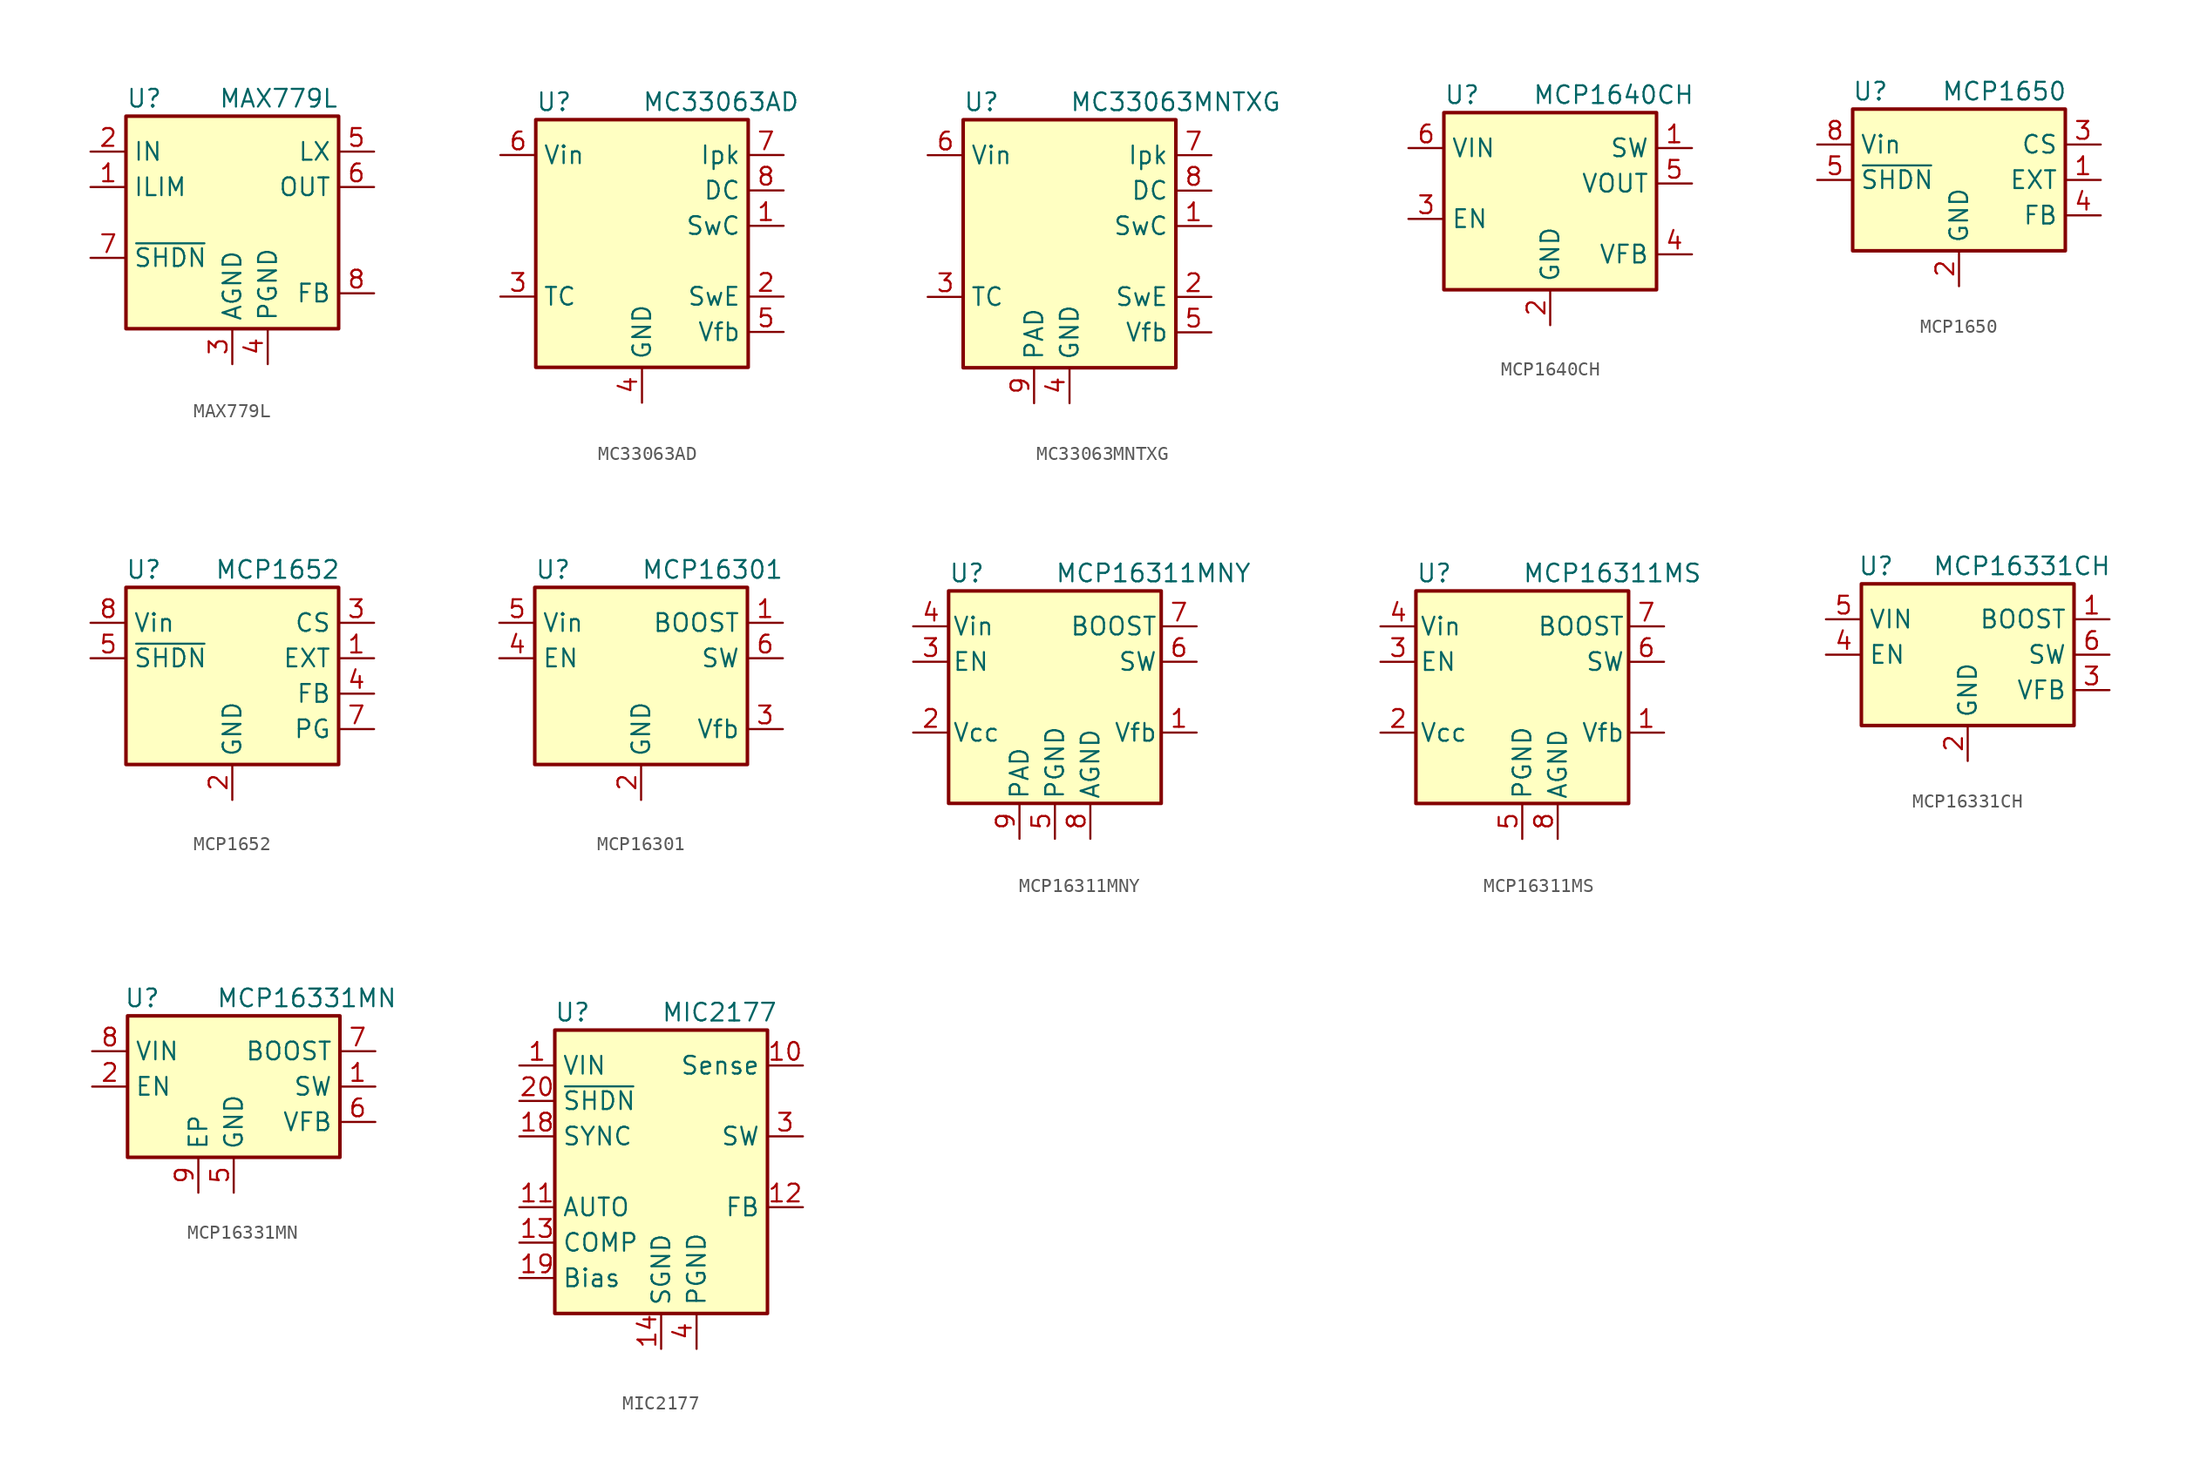
<source format=kicad_sym>
(kicad_symbol_lib
  (version 20201005)
  (generator kicad_symbol_editor)
  (symbol "MAX779L"
    (property "Reference" "U"
      (at -7.62 8.89 0)
      (effects (font (size 1.27 1.27)) (justify left)))
    (property "Value" "MAX779L"
      (at 7.62 8.89 0)
      (effects (font (size 1.27 1.27)) (justify right)))
    (symbol "MAX779L_0_1"
      (rectangle (start -7.62 7.62) (end 7.62 -7.62) (stroke (width 0.254)) (fill (type background))))
    (symbol "MAX779L_1_1"
      (pin input line (at -10.16 2.54 0) (length 2.54) (name "ILIM" (effects (font (size 1.27 1.27)))) (number "1" (effects (font (size 1.27 1.27)))))
      (pin power_in line (at -10.16 5.08 0) (length 2.54) (name "IN" (effects (font (size 1.27 1.27)))) (number "2" (effects (font (size 1.27 1.27)))))
      (pin power_in line (at 0 -10.16 90) (length 2.54) (name "AGND" (effects (font (size 1.27 1.27)))) (number "3" (effects (font (size 1.27 1.27)))))
      (pin power_in line (at 2.54 -10.16 90) (length 2.54) (name "PGND" (effects (font (size 1.27 1.27)))) (number "4" (effects (font (size 1.27 1.27)))))
      (pin passive line (at 10.16 5.08 180) (length 2.54) (name "LX" (effects (font (size 1.27 1.27)))) (number "5" (effects (font (size 1.27 1.27)))))
      (pin power_out line (at 10.16 2.54 180) (length 2.54) (name "OUT" (effects (font (size 1.27 1.27)))) (number "6" (effects (font (size 1.27 1.27)))))
      (pin input line (at -10.16 -2.54 0) (length 2.54) (name "~SHDN" (effects (font (size 1.27 1.27)))) (number "7" (effects (font (size 1.27 1.27)))))
      (pin input line (at 10.16 -5.08 180) (length 2.54) (name "FB" (effects (font (size 1.27 1.27)))) (number "8" (effects (font (size 1.27 1.27)))))))
  (symbol "MC33063AD"
    (property "Reference" "U"
      (at -7.62 8.89 0)
      (effects (font (size 1.27 1.27)) (justify left)))
    (property "Value" "MC33063AD"
      (at 0 8.89 0)
      (effects (font (size 1.27 1.27)) (justify left)))
    (symbol "MC33063AD_0_1"
      (rectangle (start -7.62 7.62) (end 7.62 -10.16) (stroke (width 0.254)) (fill (type background))))
    (symbol "MC33063AD_1_1"
      (pin open_collector line (at 10.16 0 180) (length 2.54) (name "SwC" (effects (font (size 1.27 1.27)))) (number "1" (effects (font (size 1.27 1.27)))))
      (pin open_emitter line (at 10.16 -5.08 180) (length 2.54) (name "SwE" (effects (font (size 1.27 1.27)))) (number "2" (effects (font (size 1.27 1.27)))))
      (pin passive line (at -10.16 -5.08 0) (length 2.54) (name "TC" (effects (font (size 1.27 1.27)))) (number "3" (effects (font (size 1.27 1.27)))))
      (pin power_in line (at 0 -12.7 90) (length 2.54) (name "GND" (effects (font (size 1.27 1.27)))) (number "4" (effects (font (size 1.27 1.27)))))
      (pin input line (at 10.16 -7.62 180) (length 2.54) (name "Vfb" (effects (font (size 1.27 1.27)))) (number "5" (effects (font (size 1.27 1.27)))))
      (pin power_in line (at -10.16 5.08 0) (length 2.54) (name "Vin" (effects (font (size 1.27 1.27)))) (number "6" (effects (font (size 1.27 1.27)))))
      (pin input line (at 10.16 5.08 180) (length 2.54) (name "Ipk" (effects (font (size 1.27 1.27)))) (number "7" (effects (font (size 1.27 1.27)))))
      (pin open_collector line (at 10.16 2.54 180) (length 2.54) (name "DC" (effects (font (size 1.27 1.27)))) (number "8" (effects (font (size 1.27 1.27)))))))
  (symbol "MC33063MNTXG"
    (property "Reference" "U"
      (at -7.62 8.89 0)
      (effects (font (size 1.27 1.27)) (justify left)))
    (property "Value" "MC33063MNTXG"
      (at 0 8.89 0)
      (effects (font (size 1.27 1.27)) (justify left)))
    (symbol "MC33063MNTXG_0_1"
      (rectangle (start -7.62 7.62) (end 7.62 -10.16) (stroke (width 0.254)) (fill (type background))))
    (symbol "MC33063MNTXG_1_1"
      (pin open_collector line (at 10.16 0 180) (length 2.54) (name "SwC" (effects (font (size 1.27 1.27)))) (number "1" (effects (font (size 1.27 1.27)))))
      (pin open_emitter line (at 10.16 -5.08 180) (length 2.54) (name "SwE" (effects (font (size 1.27 1.27)))) (number "2" (effects (font (size 1.27 1.27)))))
      (pin passive line (at -10.16 -5.08 0) (length 2.54) (name "TC" (effects (font (size 1.27 1.27)))) (number "3" (effects (font (size 1.27 1.27)))))
      (pin power_in line (at 0 -12.7 90) (length 2.54) (name "GND" (effects (font (size 1.27 1.27)))) (number "4" (effects (font (size 1.27 1.27)))))
      (pin input line (at 10.16 -7.62 180) (length 2.54) (name "Vfb" (effects (font (size 1.27 1.27)))) (number "5" (effects (font (size 1.27 1.27)))))
      (pin power_in line (at -10.16 5.08 0) (length 2.54) (name "Vin" (effects (font (size 1.27 1.27)))) (number "6" (effects (font (size 1.27 1.27)))))
      (pin input line (at 10.16 5.08 180) (length 2.54) (name "Ipk" (effects (font (size 1.27 1.27)))) (number "7" (effects (font (size 1.27 1.27)))))
      (pin open_collector line (at 10.16 2.54 180) (length 2.54) (name "DC" (effects (font (size 1.27 1.27)))) (number "8" (effects (font (size 1.27 1.27)))))
      (pin passive line (at -2.54 -12.7 90) (length 2.54) (name "PAD" (effects (font (size 1.27 1.27)))) (number "9" (effects (font (size 1.27 1.27)))))))
  (symbol "MCP1640CH"
    (property "Reference" "U"
      (at -7.62 8.89 0)
      (effects (font (size 1.27 1.27)) (justify left)))
    (property "Value" "MCP1640CH"
      (at -1.27 8.89 0)
      (effects (font (size 1.27 1.27)) (justify left)))
    (symbol "MCP1640CH_0_1"
      (rectangle (start -7.62 7.62) (end 7.62 -5.08) (stroke (width 0.254)) (fill (type background))))
    (symbol "MCP1640CH_1_1"
      (pin input line (at 10.16 5.08 180) (length 2.54) (name "SW" (effects (font (size 1.27 1.27)))) (number "1" (effects (font (size 1.27 1.27)))))
      (pin power_in line (at 0 -7.62 90) (length 2.54) (name "GND" (effects (font (size 1.27 1.27)))) (number "2" (effects (font (size 1.27 1.27)))))
      (pin input line (at -10.16 0 0) (length 2.54) (name "EN" (effects (font (size 1.27 1.27)))) (number "3" (effects (font (size 1.27 1.27)))))
      (pin input line (at 10.16 -2.54 180) (length 2.54) (name "VFB" (effects (font (size 1.27 1.27)))) (number "4" (effects (font (size 1.27 1.27)))))
      (pin power_out line (at 10.16 2.54 180) (length 2.54) (name "VOUT" (effects (font (size 1.27 1.27)))) (number "5" (effects (font (size 1.27 1.27)))))
      (pin power_in line (at -10.16 5.08 0) (length 2.54) (name "VIN" (effects (font (size 1.27 1.27)))) (number "6" (effects (font (size 1.27 1.27)))))))
  (symbol "MCP1650"
    (property "Reference" "U"
      (at -6.35 6.35 0)
      (effects (font (size 1.27 1.27))))
    (property "Value" "MCP1650"
      (at -1.27 6.35 0)
      (effects (font (size 1.27 1.27)) (justify left)))
    (symbol "MCP1650_0_1"
      (rectangle (start -7.62 5.08) (end 7.62 -5.08) (stroke (width 0.254)) (fill (type background))))
    (symbol "MCP1650_1_1"
      (pin open_emitter line (at 10.16 0 180) (length 2.54) (name "EXT" (effects (font (size 1.27 1.27)))) (number "1" (effects (font (size 1.27 1.27)))))
      (pin power_in line (at 0 -7.62 90) (length 2.54) (name "GND" (effects (font (size 1.27 1.27)))) (number "2" (effects (font (size 1.27 1.27)))))
      (pin input line (at 10.16 2.54 180) (length 2.54) (name "CS" (effects (font (size 1.27 1.27)))) (number "3" (effects (font (size 1.27 1.27)))))
      (pin input line (at 10.16 -2.54 180) (length 2.54) (name "FB" (effects (font (size 1.27 1.27)))) (number "4" (effects (font (size 1.27 1.27)))))
      (pin input line (at -10.16 0 0) (length 2.54) (name "~SHDN" (effects (font (size 1.27 1.27)))) (number "5" (effects (font (size 1.27 1.27)))))
      (pin no_connect line (at -2.54 -5.08 90) (length 2.54) hide (name "NC" (effects (font (size 1.27 1.27)))) (number "6" (effects (font (size 1.27 1.27)))))
      (pin no_connect line (at -7.62 -2.54 0) (length 2.54) hide (name "NC" (effects (font (size 1.27 1.27)))) (number "7" (effects (font (size 1.27 1.27)))))
      (pin power_in line (at -10.16 2.54 0) (length 2.54) (name "Vin" (effects (font (size 1.27 1.27)))) (number "8" (effects (font (size 1.27 1.27)))))))
  (symbol "MCP1652"
    (property "Reference" "U"
      (at -6.35 6.35 0)
      (effects (font (size 1.27 1.27))))
    (property "Value" "MCP1652"
      (at -1.27 6.35 0)
      (effects (font (size 1.27 1.27)) (justify left)))
    (symbol "MCP1652_0_1"
      (rectangle (start -7.62 5.08) (end 7.62 -7.62) (stroke (width 0.254)) (fill (type background))))
    (symbol "MCP1652_1_1"
      (pin open_emitter line (at 10.16 0 180) (length 2.54) (name "EXT" (effects (font (size 1.27 1.27)))) (number "1" (effects (font (size 1.27 1.27)))))
      (pin power_in line (at 0 -10.16 90) (length 2.54) (name "GND" (effects (font (size 1.27 1.27)))) (number "2" (effects (font (size 1.27 1.27)))))
      (pin input line (at 10.16 2.54 180) (length 2.54) (name "CS" (effects (font (size 1.27 1.27)))) (number "3" (effects (font (size 1.27 1.27)))))
      (pin input line (at 10.16 -2.54 180) (length 2.54) (name "FB" (effects (font (size 1.27 1.27)))) (number "4" (effects (font (size 1.27 1.27)))))
      (pin input line (at -10.16 0 0) (length 2.54) (name "~SHDN" (effects (font (size 1.27 1.27)))) (number "5" (effects (font (size 1.27 1.27)))))
      (pin no_connect line (at -2.54 -7.62 90) (length 2.54) hide (name "NC" (effects (font (size 1.27 1.27)))) (number "6" (effects (font (size 1.27 1.27)))))
      (pin output line (at 10.16 -5.08 180) (length 2.54) (name "PG" (effects (font (size 1.27 1.27)))) (number "7" (effects (font (size 1.27 1.27)))))
      (pin power_in line (at -10.16 2.54 0) (length 2.54) (name "Vin" (effects (font (size 1.27 1.27)))) (number "8" (effects (font (size 1.27 1.27)))))))
  (symbol "MCP16301"
    (property "Reference" "U"
      (at -7.62 6.35 0)
      (effects (font (size 1.27 1.27)) (justify left)))
    (property "Value" "MCP16301"
      (at 0 6.35 0)
      (effects (font (size 1.27 1.27)) (justify left)))
    (symbol "MCP16301_0_1"
      (rectangle (start -7.62 5.08) (end 7.62 -7.62) (stroke (width 0.254)) (fill (type background))))
    (symbol "MCP16301_1_1"
      (pin output line (at 10.16 2.54 180) (length 2.54) (name "BOOST" (effects (font (size 1.27 1.27)))) (number "1" (effects (font (size 1.27 1.27)))))
      (pin power_in line (at 0 -10.16 90) (length 2.54) (name "GND" (effects (font (size 1.27 1.27)))) (number "2" (effects (font (size 1.27 1.27)))))
      (pin input line (at 10.16 -5.08 180) (length 2.54) (name "Vfb" (effects (font (size 1.27 1.27)))) (number "3" (effects (font (size 1.27 1.27)))))
      (pin input line (at -10.16 0 0) (length 2.54) (name "EN" (effects (font (size 1.27 1.27)))) (number "4" (effects (font (size 1.27 1.27)))))
      (pin power_in line (at -10.16 2.54 0) (length 2.54) (name "Vin" (effects (font (size 1.27 1.27)))) (number "5" (effects (font (size 1.27 1.27)))))
      (pin output line (at 10.16 0 180) (length 2.54) (name "SW" (effects (font (size 1.27 1.27)))) (number "6" (effects (font (size 1.27 1.27)))))))
  (symbol "MCP16311MNY"
    (pin_names
      (offset 0.254))
    (property "Reference" "U"
      (at -7.62 11.43 0)
      (effects (font (size 1.27 1.27)) (justify left)))
    (property "Value" "MCP16311MNY"
      (at 0 11.43 0)
      (effects (font (size 1.27 1.27)) (justify left)))
    (symbol "MCP16311MNY_0_1"
      (rectangle (start -7.62 10.16) (end 7.62 -5.08) (stroke (width 0.254)) (fill (type background))))
    (symbol "MCP16311MNY_1_1"
      (pin input line (at 10.16 0 180) (length 2.54) (name "Vfb" (effects (font (size 1.27 1.27)))) (number "1" (effects (font (size 1.27 1.27)))))
      (pin power_out line (at -10.16 0 0) (length 2.54) (name "Vcc" (effects (font (size 1.27 1.27)))) (number "2" (effects (font (size 1.27 1.27)))))
      (pin input line (at -10.16 5.08 0) (length 2.54) (name "EN" (effects (font (size 1.27 1.27)))) (number "3" (effects (font (size 1.27 1.27)))))
      (pin power_in line (at -10.16 7.62 0) (length 2.54) (name "Vin" (effects (font (size 1.27 1.27)))) (number "4" (effects (font (size 1.27 1.27)))))
      (pin power_in line (at 0 -7.62 90) (length 2.54) (name "PGND" (effects (font (size 1.27 1.27)))) (number "5" (effects (font (size 1.27 1.27)))))
      (pin power_out line (at 10.16 5.08 180) (length 2.54) (name "SW" (effects (font (size 1.27 1.27)))) (number "6" (effects (font (size 1.27 1.27)))))
      (pin output line (at 10.16 7.62 180) (length 2.54) (name "BOOST" (effects (font (size 1.27 1.27)))) (number "7" (effects (font (size 1.27 1.27)))))
      (pin power_in line (at 2.54 -7.62 90) (length 2.54) (name "AGND" (effects (font (size 1.27 1.27)))) (number "8" (effects (font (size 1.27 1.27)))))
      (pin power_in line (at -2.54 -7.62 90) (length 2.54) (name "PAD" (effects (font (size 1.27 1.27)))) (number "9" (effects (font (size 1.27 1.27)))))))
  (symbol "MCP16311MS"
    (pin_names
      (offset 0.254))
    (property "Reference" "U"
      (at -7.62 11.43 0)
      (effects (font (size 1.27 1.27)) (justify left)))
    (property "Value" "MCP16311MS"
      (at 0 11.43 0)
      (effects (font (size 1.27 1.27)) (justify left)))
    (symbol "MCP16311MS_0_1"
      (rectangle (start -7.62 10.16) (end 7.62 -5.08) (stroke (width 0.254)) (fill (type background))))
    (symbol "MCP16311MS_1_1"
      (pin input line (at 10.16 0 180) (length 2.54) (name "Vfb" (effects (font (size 1.27 1.27)))) (number "1" (effects (font (size 1.27 1.27)))))
      (pin power_out line (at -10.16 0 0) (length 2.54) (name "Vcc" (effects (font (size 1.27 1.27)))) (number "2" (effects (font (size 1.27 1.27)))))
      (pin input line (at -10.16 5.08 0) (length 2.54) (name "EN" (effects (font (size 1.27 1.27)))) (number "3" (effects (font (size 1.27 1.27)))))
      (pin power_in line (at -10.16 7.62 0) (length 2.54) (name "Vin" (effects (font (size 1.27 1.27)))) (number "4" (effects (font (size 1.27 1.27)))))
      (pin power_in line (at 0 -7.62 90) (length 2.54) (name "PGND" (effects (font (size 1.27 1.27)))) (number "5" (effects (font (size 1.27 1.27)))))
      (pin output line (at 10.16 5.08 180) (length 2.54) (name "SW" (effects (font (size 1.27 1.27)))) (number "6" (effects (font (size 1.27 1.27)))))
      (pin output line (at 10.16 7.62 180) (length 2.54) (name "BOOST" (effects (font (size 1.27 1.27)))) (number "7" (effects (font (size 1.27 1.27)))))
      (pin power_in line (at 2.54 -7.62 90) (length 2.54) (name "AGND" (effects (font (size 1.27 1.27)))) (number "8" (effects (font (size 1.27 1.27)))))))
  (symbol "MCP16331CH"
    (property "Reference" "U"
      (at -7.874 6.35 0)
      (effects (font (size 1.27 1.27)) (justify left)))
    (property "Value" "MCP16331CH"
      (at -2.54 6.35 0)
      (effects (font (size 1.27 1.27)) (justify left)))
    (symbol "MCP16331CH_0_1"
      (rectangle (start -7.62 5.08) (end 7.62 -5.08) (stroke (width 0.254)) (fill (type background))))
    (symbol "MCP16331CH_1_1"
      (pin input line (at 10.16 2.54 180) (length 2.54) (name "BOOST" (effects (font (size 1.27 1.27)))) (number "1" (effects (font (size 1.27 1.27)))))
      (pin power_in line (at 0 -7.62 90) (length 2.54) (name "GND" (effects (font (size 1.27 1.27)))) (number "2" (effects (font (size 1.27 1.27)))))
      (pin input line (at 10.16 -2.54 180) (length 2.54) (name "VFB" (effects (font (size 1.27 1.27)))) (number "3" (effects (font (size 1.27 1.27)))))
      (pin input line (at -10.16 0 0) (length 2.54) (name "EN" (effects (font (size 1.27 1.27)))) (number "4" (effects (font (size 1.27 1.27)))))
      (pin power_in line (at -10.16 2.54 0) (length 2.54) (name "VIN" (effects (font (size 1.27 1.27)))) (number "5" (effects (font (size 1.27 1.27)))))
      (pin output line (at 10.16 0 180) (length 2.54) (name "SW" (effects (font (size 1.27 1.27)))) (number "6" (effects (font (size 1.27 1.27)))))))
  (symbol "MCP16331MN"
    (property "Reference" "U"
      (at -7.874 6.35 0)
      (effects (font (size 1.27 1.27)) (justify left)))
    (property "Value" "MCP16331MN"
      (at -1.27 6.35 0)
      (effects (font (size 1.27 1.27)) (justify left)))
    (symbol "MCP16331MN_0_1"
      (rectangle (start -7.62 5.08) (end 7.62 -5.08) (stroke (width 0.254)) (fill (type background))))
    (symbol "MCP16331MN_1_1"
      (pin output line (at 10.16 0 180) (length 2.54) (name "SW" (effects (font (size 1.27 1.27)))) (number "1" (effects (font (size 1.27 1.27)))))
      (pin input line (at -10.16 0 0) (length 2.54) (name "EN" (effects (font (size 1.27 1.27)))) (number "2" (effects (font (size 1.27 1.27)))))
      (pin no_connect line (at 2.54 -5.08 90) (length 2.54) hide (name "NC" (effects (font (size 1.27 1.27)))) (number "3" (effects (font (size 1.27 1.27)))))
      (pin no_connect line (at -7.62 -2.54 0) (length 2.54) hide (name "NC" (effects (font (size 1.27 1.27)))) (number "4" (effects (font (size 1.27 1.27)))))
      (pin power_in line (at 0 -7.62 90) (length 2.54) (name "GND" (effects (font (size 1.27 1.27)))) (number "5" (effects (font (size 1.27 1.27)))))
      (pin input line (at 10.16 -2.54 180) (length 2.54) (name "VFB" (effects (font (size 1.27 1.27)))) (number "6" (effects (font (size 1.27 1.27)))))
      (pin input line (at 10.16 2.54 180) (length 2.54) (name "BOOST" (effects (font (size 1.27 1.27)))) (number "7" (effects (font (size 1.27 1.27)))))
      (pin power_in line (at -10.16 2.54 0) (length 2.54) (name "VIN" (effects (font (size 1.27 1.27)))) (number "8" (effects (font (size 1.27 1.27)))))
      (pin power_in line (at -2.54 -7.62 90) (length 2.54) (name "EP" (effects (font (size 1.27 1.27)))) (number "9" (effects (font (size 1.27 1.27)))))))
  (symbol "MIC2177"
    (property "Reference" "U"
      (at -6.35 13.97 0)
      (effects (font (size 1.27 1.27))))
    (property "Value" "MIC2177"
      (at 0 13.97 0)
      (effects (font (size 1.27 1.27)) (justify left)))
    (symbol "MIC2177_0_1"
      (rectangle (start -7.62 12.7) (end 7.62 -7.62) (stroke (width 0.254)) (fill (type background))))
    (symbol "MIC2177_1_1"
      (pin power_in line (at -10.16 10.16 0) (length 2.54) (name "VIN" (effects (font (size 1.27 1.27)))) (number "1" (effects (font (size 1.27 1.27)))))
      (pin input line (at 10.16 10.16 180) (length 2.54) (name "Sense" (effects (font (size 1.27 1.27)))) (number "10" (effects (font (size 1.27 1.27)))))
      (pin input line (at -10.16 0 0) (length 2.54) (name "AUTO" (effects (font (size 1.27 1.27)))) (number "11" (effects (font (size 1.27 1.27)))))
      (pin input line (at 10.16 0 180) (length 2.54) (name "FB" (effects (font (size 1.27 1.27)))) (number "12" (effects (font (size 1.27 1.27)))))
      (pin input line (at -10.16 -2.54 0) (length 2.54) (name "COMP" (effects (font (size 1.27 1.27)))) (number "13" (effects (font (size 1.27 1.27)))))
      (pin power_in line (at 0 -10.16 90) (length 2.54) (name "SGND" (effects (font (size 1.27 1.27)))) (number "14" (effects (font (size 1.27 1.27)))))
      (pin passive line (at 0 -10.16 90) (length 2.54) hide (name "SGND" (effects (font (size 1.27 1.27)))) (number "15" (effects (font (size 1.27 1.27)))))
      (pin passive line (at 0 -10.16 90) (length 2.54) hide (name "SGND" (effects (font (size 1.27 1.27)))) (number "16" (effects (font (size 1.27 1.27)))))
      (pin passive line (at 0 -10.16 90) (length 2.54) hide (name "SGND" (effects (font (size 1.27 1.27)))) (number "17" (effects (font (size 1.27 1.27)))))
      (pin input line (at -10.16 5.08 0) (length 2.54) (name "SYNC" (effects (font (size 1.27 1.27)))) (number "18" (effects (font (size 1.27 1.27)))))
      (pin input line (at -10.16 -5.08 0) (length 2.54) (name "Bias" (effects (font (size 1.27 1.27)))) (number "19" (effects (font (size 1.27 1.27)))))
      (pin passive line (at -10.16 10.16 0) (length 2.54) hide (name "VIN" (effects (font (size 1.27 1.27)))) (number "2" (effects (font (size 1.27 1.27)))))
      (pin input line (at -10.16 7.62 0) (length 2.54) (name "~SHDN" (effects (font (size 1.27 1.27)))) (number "20" (effects (font (size 1.27 1.27)))))
      (pin output line (at 10.16 5.08 180) (length 2.54) (name "SW" (effects (font (size 1.27 1.27)))) (number "3" (effects (font (size 1.27 1.27)))))
      (pin power_in line (at 2.54 -10.16 90) (length 2.54) (name "PGND" (effects (font (size 1.27 1.27)))) (number "4" (effects (font (size 1.27 1.27)))))
      (pin passive line (at 2.54 -10.16 90) (length 2.54) hide (name "PGND" (effects (font (size 1.27 1.27)))) (number "5" (effects (font (size 1.27 1.27)))))
      (pin passive line (at 2.54 -10.16 90) (length 2.54) hide (name "PGND" (effects (font (size 1.27 1.27)))) (number "6" (effects (font (size 1.27 1.27)))))
      (pin passive line (at 2.54 -10.16 90) (length 2.54) hide (name "PGND" (effects (font (size 1.27 1.27)))) (number "7" (effects (font (size 1.27 1.27)))))
      (pin passive line (at 10.16 5.08 180) (length 2.54) hide (name "SW" (effects (font (size 1.27 1.27)))) (number "8" (effects (font (size 1.27 1.27)))))
      (pin passive line (at -10.16 10.16 0) (length 2.54) hide (name "VIN" (effects (font (size 1.27 1.27)))) (number "9" (effects (font (size 1.27 1.27))))))))
</source>
